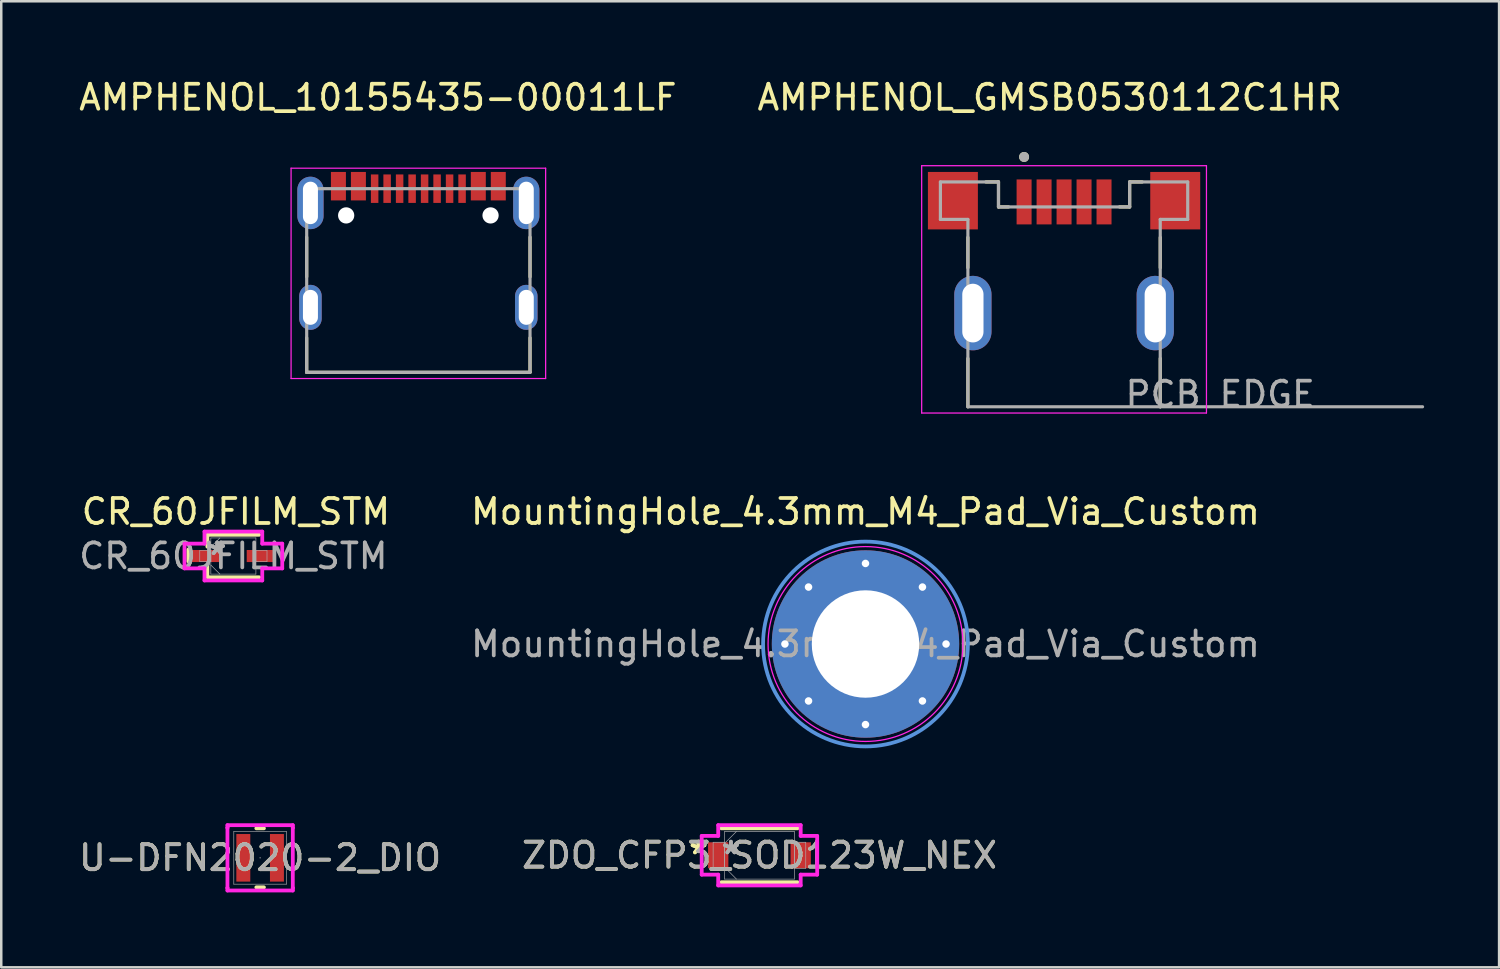
<source format=kicad_pcb>
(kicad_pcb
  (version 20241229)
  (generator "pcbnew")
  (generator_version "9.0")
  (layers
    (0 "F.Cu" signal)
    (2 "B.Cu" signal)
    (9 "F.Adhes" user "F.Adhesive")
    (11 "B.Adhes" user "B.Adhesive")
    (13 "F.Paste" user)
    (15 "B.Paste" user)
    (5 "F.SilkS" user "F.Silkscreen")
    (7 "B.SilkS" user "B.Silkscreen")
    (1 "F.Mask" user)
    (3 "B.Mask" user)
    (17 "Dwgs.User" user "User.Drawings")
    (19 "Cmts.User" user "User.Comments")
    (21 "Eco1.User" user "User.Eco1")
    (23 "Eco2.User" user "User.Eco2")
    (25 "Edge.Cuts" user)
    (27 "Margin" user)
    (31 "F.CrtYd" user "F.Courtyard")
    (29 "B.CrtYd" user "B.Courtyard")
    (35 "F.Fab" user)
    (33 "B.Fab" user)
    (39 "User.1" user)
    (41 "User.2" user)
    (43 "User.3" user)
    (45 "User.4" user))
  (footprint "AMPHENOL_10155435-00011LF"
    (layer "F.Cu")
    (at 13.697 9.253)
    (property "Reference" "AMPHENOL_10155435-00011LF" (at -1.62 -8.405 0) (layer "F.SilkS") (effects (font (size 1 1) (thickness 0.15))))
    (attr smd)
    (fp_line (start -4.47 -2.81) (end -4.47 -1.22) (stroke (width 0.127) (type solid)) (layer "F.SilkS"))
    (fp_line (start -4.47 2.6) (end -4.47 1.22) (stroke (width 0.127) (type solid)) (layer "F.SilkS"))
    (fp_line (start 4.47 -2.81) (end 4.47 -1.22) (stroke (width 0.127) (type solid)) (layer "F.SilkS"))
    (fp_line (start 4.47 2.6) (end -4.47 2.6) (stroke (width 0.127) (type solid)) (layer "F.SilkS"))
    (fp_line (start 4.47 2.6) (end 4.47 1.22) (stroke (width 0.127) (type solid)) (layer "F.SilkS"))
    (fp_line (start -5.095 -5.57) (end -5.095 2.85) (stroke (width 0.05) (type solid)) (layer "F.CrtYd"))
    (fp_line (start -5.095 2.85) (end 5.095 2.85) (stroke (width 0.05) (type solid)) (layer "F.CrtYd"))
    (fp_line (start 5.095 -5.57) (end -5.095 -5.57) (stroke (width 0.05) (type solid)) (layer "F.CrtYd"))
    (fp_line (start 5.095 2.85) (end 5.095 -5.57) (stroke (width 0.05) (type solid)) (layer "F.CrtYd"))
    (fp_line (start -4.47 -4.75) (end 4.47 -4.75) (stroke (width 0.127) (type solid)) (layer "F.Fab"))
    (fp_line (start -4.47 2.6) (end -4.47 -4.75) (stroke (width 0.127) (type solid)) (layer "F.Fab"))
    (fp_line (start 4.47 -4.75) (end 4.47 2.6) (stroke (width 0.127) (type solid)) (layer "F.Fab"))
    (fp_line (start 4.47 2.6) (end -4.47 2.6) (stroke (width 0.127) (type solid)) (layer "F.Fab"))
    (pad "" np_thru_hole circle (at -2.89 -3.68) (size 0.65 0.65) (drill 0.65) (layers "*.Cu" "*.Mask"))
    (pad "" np_thru_hole circle (at 2.89 -3.68) (size 0.65 0.65) (drill 0.65) (layers "*.Cu" "*.Mask"))
    (pad "A1_B12" smd rect (at -3.2 -4.85) (size 0.6 1.14) (layers "F.Cu" "F.Mask" "F.Paste"))
    (pad "A4_B9" smd rect (at -2.4 -4.85) (size 0.6 1.14) (layers "F.Cu" "F.Mask" "F.Paste"))
    (pad "A5" smd rect (at -1.25 -4.75) (size 0.3 1.14) (layers "F.Cu" "F.Mask" "F.Paste"))
    (pad "A6" smd rect (at -0.25 -4.75) (size 0.3 1.14) (layers "F.Cu" "F.Mask" "F.Paste"))
    (pad "A7" smd rect (at 0.25 -4.75) (size 0.3 1.14) (layers "F.Cu" "F.Mask" "F.Paste"))
    (pad "A8" smd rect (at 1.25 -4.75) (size 0.3 1.14) (layers "F.Cu" "F.Mask" "F.Paste"))
    (pad "B1_A12" smd rect (at 3.2 -4.85) (size 0.6 1.14) (layers "F.Cu" "F.Mask" "F.Paste"))
    (pad "B4_A9" smd rect (at 2.4 -4.85) (size 0.6 1.14) (layers "F.Cu" "F.Mask" "F.Paste"))
    (pad "B5" smd rect (at 1.75 -4.75) (size 0.3 1.14) (layers "F.Cu" "F.Mask" "F.Paste"))
    (pad "B6" smd rect (at 0.75 -4.75) (size 0.3 1.14) (layers "F.Cu" "F.Mask" "F.Paste"))
    (pad "B7" smd rect (at -0.75 -4.75) (size 0.3 1.14) (layers "F.Cu" "F.Mask" "F.Paste"))
    (pad "B8" smd rect (at -1.75 -4.75) (size 0.3 1.14) (layers "F.Cu" "F.Mask" "F.Paste"))
    (pad "SH1" thru_hole oval (at -4.32 -4.18) (size 1.05 2.1) (drill oval 0.6 1.7) (layers "*.Cu" "*.Mask"))
    (pad "SH2" thru_hole oval (at 4.32 -4.18) (size 1.05 2.1) (drill oval 0.6 1.7) (layers "*.Cu" "*.Mask"))
    (pad "SH3" thru_hole oval (at -4.32 0) (size 0.9 1.8) (drill oval 0.6 1.4) (layers "*.Cu" "*.Mask"))
    (pad "SH4" thru_hole oval (at 4.32 0) (size 0.9 1.8) (drill oval 0.6 1.4) (layers "*.Cu" "*.Mask")))
  (footprint "AMPHENOL_GMSB0530112C1HR"
    (layer "F.Cu")
    (at 39.545 9.483)
    (property "Reference" "AMPHENOL_GMSB0530112C1HR" (at -0.575 -8.635 0) (layer "F.SilkS") (effects (font (size 1 1) (thickness 0.15))))
    (attr smd)
    (fp_poly (pts (xy -1.95 -5.4) (xy -1.25 -5.4) (xy -1.25 -3.5) (xy -1.95 -3.5)) (stroke (width 0.01) (type solid)) (fill yes) (layer "F.Mask"))
    (fp_poly (pts (xy -1.15 -5.4) (xy -0.45 -5.4) (xy -0.45 -3.5) (xy -1.15 -3.5)) (stroke (width 0.01) (type solid)) (fill yes) (layer "F.Mask"))
    (fp_poly (pts (xy -0.35 -5.4) (xy 0.35 -5.4) (xy 0.35 -3.5) (xy -0.35 -3.5)) (stroke (width 0.01) (type solid)) (fill yes) (layer "F.Mask"))
    (fp_poly (pts (xy 0.45 -5.4) (xy 1.15 -5.4) (xy 1.15 -3.5) (xy 0.45 -3.5)) (stroke (width 0.01) (type solid)) (fill yes) (layer "F.Mask"))
    (fp_poly (pts (xy 1.25 -5.4) (xy 1.95 -5.4) (xy 1.95 -3.5) (xy 1.25 -3.5)) (stroke (width 0.01) (type solid)) (fill yes) (layer "F.Mask"))
    (fp_line (start -3.85 -3.03) (end -3.85 -1.815) (stroke (width 0.127) (type solid)) (layer "F.SilkS"))
    (fp_line (start -3.85 3.75) (end -3.85 1.815) (stroke (width 0.127) (type solid)) (layer "F.SilkS"))
    (fp_line (start -3.13 -5.25) (end -2.625 -5.25) (stroke (width 0.127) (type solid)) (layer "F.SilkS"))
    (fp_line (start -2.625 -5.25) (end -2.625 -4.25) (stroke (width 0.127) (type solid)) (layer "F.SilkS"))
    (fp_line (start -2.625 -4.25) (end -2.22 -4.25) (stroke (width 0.127) (type solid)) (layer "F.SilkS"))
    (fp_line (start 2.22 -4.25) (end 2.625 -4.25) (stroke (width 0.127) (type solid)) (layer "F.SilkS"))
    (fp_line (start 2.625 -5.25) (end 3.13 -5.25) (stroke (width 0.127) (type solid)) (layer "F.SilkS"))
    (fp_line (start 2.625 -4.25) (end 2.625 -5.25) (stroke (width 0.127) (type solid)) (layer "F.SilkS"))
    (fp_line (start 3.85 -3.03) (end 3.85 -1.815) (stroke (width 0.127) (type solid)) (layer "F.SilkS"))
    (fp_line (start 3.85 3.75) (end 3.85 1.815) (stroke (width 0.127) (type solid)) (layer "F.SilkS"))
    (fp_circle (center -1.6 -6.25) (end -1.5 -6.25) (stroke (width 0.2) (type solid)) (fill no) (layer "F.SilkS"))
    (fp_line (start -5.7 -5.9) (end -5.7 4) (stroke (width 0.05) (type solid)) (layer "F.CrtYd"))
    (fp_line (start -5.7 4) (end 5.7 4) (stroke (width 0.05) (type solid)) (layer "F.CrtYd"))
    (fp_line (start 5.7 -5.9) (end -5.7 -5.9) (stroke (width 0.05) (type solid)) (layer "F.CrtYd"))
    (fp_line (start 5.7 4) (end 5.7 -5.9) (stroke (width 0.05) (type solid)) (layer "F.CrtYd"))
    (fp_line (start -4.95 -5.25) (end -2.625 -5.25) (stroke (width 0.127) (type solid)) (layer "F.Fab"))
    (fp_line (start -4.95 -3.75) (end -4.95 -5.25) (stroke (width 0.127) (type solid)) (layer "F.Fab"))
    (fp_line (start -3.85 -3.75) (end -4.95 -3.75) (stroke (width 0.127) (type solid)) (layer "F.Fab"))
    (fp_line (start -3.85 3.75) (end -3.85 -3.75) (stroke (width 0.127) (type solid)) (layer "F.Fab"))
    (fp_line (start -2.625 -5.25) (end -2.625 -4.25) (stroke (width 0.127) (type solid)) (layer "F.Fab"))
    (fp_line (start -2.625 -4.25) (end 2.625 -4.25) (stroke (width 0.127) (type solid)) (layer "F.Fab"))
    (fp_line (start 2.625 -5.25) (end 4.95 -5.25) (stroke (width 0.127) (type solid)) (layer "F.Fab"))
    (fp_line (start 2.625 -4.25) (end 2.625 -5.25) (stroke (width 0.127) (type solid)) (layer "F.Fab"))
    (fp_line (start 3.85 -3.75) (end 3.85 3.75) (stroke (width 0.127) (type solid)) (layer "F.Fab"))
    (fp_line (start 3.85 3.75) (end -3.85 3.75) (stroke (width 0.127) (type solid)) (layer "F.Fab"))
    (fp_line (start 4.95 -5.25) (end 4.95 -3.75) (stroke (width 0.127) (type solid)) (layer "F.Fab"))
    (fp_line (start 4.95 -3.75) (end 3.85 -3.75) (stroke (width 0.127) (type solid)) (layer "F.Fab"))
    (fp_line (start 14.35 3.75) (end 3.85 3.75) (stroke (width 0.127) (type solid)) (layer "F.Fab"))
    (fp_circle (center -1.6 -6.25) (end -1.5 -6.25) (stroke (width 0.2) (type solid)) (fill no) (layer "F.Fab"))
    (fp_text user "PCB EDGE" (at 6.25 3.25 0) (layer "F.Fab") (effects (font (size 1 1) (thickness 0.15))))
    (pad "1" smd rect (at -1.6 -4.45) (size 0.6 1.8) (layers "F.Cu" "F.Paste"))
    (pad "2" smd rect (at -0.8 -4.45) (size 0.6 1.8) (layers "F.Cu" "F.Paste"))
    (pad "3" smd rect (at 0 -4.45) (size 0.6 1.8) (layers "F.Cu" "F.Paste"))
    (pad "4" smd rect (at 0.8 -4.45) (size 0.6 1.8) (layers "F.Cu" "F.Paste"))
    (pad "5" smd rect (at 1.6 -4.45) (size 0.6 1.8) (layers "F.Cu" "F.Paste"))
    (pad "SH1" smd rect (at -4.45 -4.5) (size 2 2.3) (layers "F.Cu" "F.Mask" "F.Paste"))
    (pad "SH2" smd rect (at 4.45 -4.5) (size 2 2.3) (layers "F.Cu" "F.Mask" "F.Paste"))
    (pad "SH3" thru_hole oval (at -3.65 0) (size 1.49 2.98) (drill oval 0.85 2.35) (layers "*.Cu" "*.Mask"))
    (pad "SH4" thru_hole oval (at 3.65 0) (size 1.49 2.98) (drill oval 0.85 2.35) (layers "*.Cu" "*.Mask")))
  (footprint "ZDO_CFP3_SOD123W_NEX"
    (layer "F.Cu")
    (at 27.351 31.187)
    (property "Reference" "ZDO_CFP3_SOD123W_NEX" (at 0 0 0) (unlocked yes) (layer "F.SilkS") (effects (font (size 1 1) (thickness 0.15))))
    (attr smd)
    (fp_line (start -1.524 1.079) (end 1.524 1.079) (stroke (width 0.152) (type solid)) (layer "F.SilkS"))
    (fp_line (start 1.524 -1.079) (end -1.524 -1.079) (stroke (width 0.152) (type solid)) (layer "F.SilkS"))
    (fp_line (start -2.311 -0.775) (end -1.651 -0.775) (stroke (width 0.152) (type solid)) (layer "F.CrtYd"))
    (fp_line (start -2.311 0.775) (end -2.311 -0.775) (stroke (width 0.152) (type solid)) (layer "F.CrtYd"))
    (fp_line (start -1.651 -1.206) (end 1.651 -1.206) (stroke (width 0.152) (type solid)) (layer "F.CrtYd"))
    (fp_line (start -1.651 -0.775) (end -1.651 -1.206) (stroke (width 0.152) (type solid)) (layer "F.CrtYd"))
    (fp_line (start -1.651 0.775) (end -2.311 0.775) (stroke (width 0.152) (type solid)) (layer "F.CrtYd"))
    (fp_line (start -1.651 1.206) (end -1.651 0.775) (stroke (width 0.152) (type solid)) (layer "F.CrtYd"))
    (fp_line (start 1.651 -1.206) (end 1.651 -0.775) (stroke (width 0.152) (type solid)) (layer "F.CrtYd"))
    (fp_line (start 1.651 -0.775) (end 2.311 -0.775) (stroke (width 0.152) (type solid)) (layer "F.CrtYd"))
    (fp_line (start 1.651 0.775) (end 1.651 1.206) (stroke (width 0.152) (type solid)) (layer "F.CrtYd"))
    (fp_line (start 1.651 1.206) (end -1.651 1.206) (stroke (width 0.152) (type solid)) (layer "F.CrtYd"))
    (fp_line (start 2.311 -0.775) (end 2.311 0.775) (stroke (width 0.152) (type solid)) (layer "F.CrtYd"))
    (fp_line (start 2.311 0.775) (end 1.651 0.775) (stroke (width 0.152) (type solid)) (layer "F.CrtYd"))
    (fp_line (start -1.854 -0.521) (end -1.854 0.521) (stroke (width 0.025) (type solid)) (layer "F.Fab"))
    (fp_line (start -1.854 0.521) (end -1.397 0.521) (stroke (width 0.025) (type solid)) (layer "F.Fab"))
    (fp_line (start -1.397 -0.953) (end -1.397 0.953) (stroke (width 0.025) (type solid)) (layer "F.Fab"))
    (fp_line (start -1.397 -0.521) (end -1.854 -0.521) (stroke (width 0.025) (type solid)) (layer "F.Fab"))
    (fp_line (start -1.397 -0.476) (end -0.921 -0.953) (stroke (width 0.025) (type solid)) (layer "F.Fab"))
    (fp_line (start -1.397 0.476) (end -0.921 0.953) (stroke (width 0.025) (type solid)) (layer "F.Fab"))
    (fp_line (start -1.397 0.521) (end -1.397 -0.521) (stroke (width 0.025) (type solid)) (layer "F.Fab"))
    (fp_line (start -1.397 0.953) (end 1.397 0.953) (stroke (width 0.025) (type solid)) (layer "F.Fab"))
    (fp_line (start 1.397 -0.953) (end -1.397 -0.953) (stroke (width 0.025) (type solid)) (layer "F.Fab"))
    (fp_line (start 1.397 -0.521) (end 1.397 0.521) (stroke (width 0.025) (type solid)) (layer "F.Fab"))
    (fp_line (start 1.397 0.521) (end 1.854 0.521) (stroke (width 0.025) (type solid)) (layer "F.Fab"))
    (fp_line (start 1.397 0.953) (end 1.397 -0.953) (stroke (width 0.025) (type solid)) (layer "F.Fab"))
    (fp_line (start 1.854 -0.521) (end 1.397 -0.521) (stroke (width 0.025) (type solid)) (layer "F.Fab"))
    (fp_line (start 1.854 0.521) (end 1.854 -0.521) (stroke (width 0.025) (type solid)) (layer "F.Fab"))
    (fp_text user "*" (at -2.438 0 0) (unlocked yes) (layer "F.SilkS") (effects (font (size 1 1) (thickness 0.15))))
    (fp_text user "*" (at -2.438 0 0) (layer "F.SilkS") (effects (font (size 1 1) (thickness 0.15))))
    (fp_text user "*" (at -1.143 0 0) (layer "F.Fab") (effects (font (size 1 1) (thickness 0.15))))
    (fp_text user "${REFERENCE}" (at 0 0 0) (unlocked yes) (layer "F.Fab") (effects (font (size 1 1) (thickness 0.15))))
    (fp_text user "*" (at -1.143 0 0) (unlocked yes) (layer "F.Fab") (effects (font (size 1 1) (thickness 0.15))))
    (pad "1" smd rect (at -1.651 0) (size 0.813 1.041) (layers "F.Cu" "F.Mask" "F.Paste"))
    (pad "2" smd rect (at 1.651 0) (size 0.813 1.041) (layers "F.Cu" "F.Mask" "F.Paste"))
    (zone (net_name "") (layer "F.Cu") (hatch full 0.508) (connect_pads) (min_thickness 0.254) (filled_areas_thickness no) (keepout (tracks not_allowed) (vias not_allowed) (pads allowed) (copperpour not_allowed) (footprints allowed)) (placement (enabled no)) (fill) (polygon (pts (xy 26.157 30.286) (xy 28.545 30.286) (xy 28.545 32.089) (xy 26.157 32.089)))))
  (footprint "CR_60JFILM_STM"
    (layer "F.Cu")
    (at 6.292 19.208)
    (property "Reference" "CR_60JFILM_STM" (at 0.102 -1.778 0) (unlocked yes) (layer "F.SilkS") (effects (font (size 1 1) (thickness 0.15))))
    (attr smd)
    (fp_line (start -1.803 0.21) (end -1.803 -0.26) (stroke (width 0.152) (type solid)) (layer "F.SilkS"))
    (fp_line (start -1.041 -0.375) (end -1.041 -0.845) (stroke (width 0.152) (type solid)) (layer "F.SilkS"))
    (fp_line (start -1.041 0.819) (end -1.041 0.349) (stroke (width 0.152) (type solid)) (layer "F.SilkS"))
    (fp_line (start -1.029 0.851) (end 1.029 0.851) (stroke (width 0.152) (type solid)) (layer "F.SilkS"))
    (fp_line (start 1.029 -0.851) (end -1.029 -0.851) (stroke (width 0.152) (type solid)) (layer "F.SilkS"))
    (fp_line (start -1.956 -0.495) (end -1.156 -0.495) (stroke (width 0.152) (type solid)) (layer "F.CrtYd"))
    (fp_line (start -1.956 0.495) (end -1.956 -0.495) (stroke (width 0.152) (type solid)) (layer "F.CrtYd"))
    (fp_line (start -1.156 -0.978) (end 1.156 -0.978) (stroke (width 0.152) (type solid)) (layer "F.CrtYd"))
    (fp_line (start -1.156 -0.495) (end -1.156 -0.978) (stroke (width 0.152) (type solid)) (layer "F.CrtYd"))
    (fp_line (start -1.156 0.495) (end -1.956 0.495) (stroke (width 0.152) (type solid)) (layer "F.CrtYd"))
    (fp_line (start -1.156 0.978) (end -1.156 0.495) (stroke (width 0.152) (type solid)) (layer "F.CrtYd"))
    (fp_line (start 1.156 -0.978) (end 1.156 -0.495) (stroke (width 0.152) (type solid)) (layer "F.CrtYd"))
    (fp_line (start 1.156 -0.495) (end 1.956 -0.495) (stroke (width 0.152) (type solid)) (layer "F.CrtYd"))
    (fp_line (start 1.156 0.495) (end 1.156 0.978) (stroke (width 0.152) (type solid)) (layer "F.CrtYd"))
    (fp_line (start 1.156 0.978) (end -1.156 0.978) (stroke (width 0.152) (type solid)) (layer "F.CrtYd"))
    (fp_line (start 1.956 -0.495) (end 1.956 0.495) (stroke (width 0.152) (type solid)) (layer "F.CrtYd"))
    (fp_line (start 1.956 0.495) (end 1.156 0.495) (stroke (width 0.152) (type solid)) (layer "F.CrtYd"))
    (fp_line (start -1.346 -0.216) (end -1.346 0.216) (stroke (width 0.025) (type solid)) (layer "F.Fab"))
    (fp_line (start -1.346 0.216) (end -0.902 0.216) (stroke (width 0.025) (type solid)) (layer "F.Fab"))
    (fp_line (start -0.902 -0.724) (end -0.902 0.724) (stroke (width 0.025) (type solid)) (layer "F.Fab"))
    (fp_line (start -0.902 -0.362) (end -0.54 -0.724) (stroke (width 0.025) (type solid)) (layer "F.Fab"))
    (fp_line (start -0.902 -0.216) (end -1.346 -0.216) (stroke (width 0.025) (type solid)) (layer "F.Fab"))
    (fp_line (start -0.902 0.216) (end -0.902 -0.216) (stroke (width 0.025) (type solid)) (layer "F.Fab"))
    (fp_line (start -0.902 0.362) (end -0.54 0.724) (stroke (width 0.025) (type solid)) (layer "F.Fab"))
    (fp_line (start -0.902 0.724) (end 0.902 0.724) (stroke (width 0.025) (type solid)) (layer "F.Fab"))
    (fp_line (start 0.902 -0.724) (end -0.902 -0.724) (stroke (width 0.025) (type solid)) (layer "F.Fab"))
    (fp_line (start 0.902 -0.216) (end 0.902 0.216) (stroke (width 0.025) (type solid)) (layer "F.Fab"))
    (fp_line (start 0.902 0.216) (end 1.346 0.216) (stroke (width 0.025) (type solid)) (layer "F.Fab"))
    (fp_line (start 0.902 0.724) (end 0.902 -0.724) (stroke (width 0.025) (type solid)) (layer "F.Fab"))
    (fp_line (start 1.346 -0.216) (end 0.902 -0.216) (stroke (width 0.025) (type solid)) (layer "F.Fab"))
    (fp_line (start 1.346 0.216) (end 1.346 -0.216) (stroke (width 0.025) (type solid)) (layer "F.Fab"))
    (fp_text user "*" (at -0.648 0 0) (layer "F.Fab") (effects (font (size 1 1) (thickness 0.15))))
    (fp_text user "${REFERENCE}" (at 0 0 0) (unlocked yes) (layer "F.Fab") (effects (font (size 1 1) (thickness 0.15))))
    (fp_text user "*" (at -0.648 0 0) (unlocked yes) (layer "F.Fab") (effects (font (size 1 1) (thickness 0.15))))
    (pad "1" smd rect (at -1.118 0) (size 1.168 0.483) (layers "F.Cu" "F.Mask" "F.Paste"))
    (pad "2" smd rect (at 1.118 0) (size 1.168 0.483) (layers "F.Cu" "F.Mask" "F.Paste")))
  (footprint "U-DFN2020-2_DIO"
    (layer "F.Cu")
    (at 7.363 31.289)
    (property "Reference" "U-DFN2020-2_DIO" (at 0 0 0) (unlocked yes) (layer "F.SilkS") (effects (font (size 1 1) (thickness 0.15))))
    (attr smd)
    (fp_line (start -0.152 1.181) (end 0.152 1.181) (stroke (width 0.152) (type solid)) (layer "F.SilkS"))
    (fp_line (start 0.152 -1.181) (end -0.152 -1.181) (stroke (width 0.152) (type solid)) (layer "F.SilkS"))
    (fp_line (start -1.308 -1.308) (end 1.308 -1.308) (stroke (width 0.152) (type solid)) (layer "F.CrtYd"))
    (fp_line (start -1.308 -1.206) (end -1.308 -1.308) (stroke (width 0.152) (type solid)) (layer "F.CrtYd"))
    (fp_line (start -1.308 -1.206) (end -1.308 -1.206) (stroke (width 0.152) (type solid)) (layer "F.CrtYd"))
    (fp_line (start -1.308 1.206) (end -1.308 -1.206) (stroke (width 0.152) (type solid)) (layer "F.CrtYd"))
    (fp_line (start -1.308 1.206) (end -1.308 1.206) (stroke (width 0.152) (type solid)) (layer "F.CrtYd"))
    (fp_line (start -1.308 1.308) (end -1.308 1.206) (stroke (width 0.152) (type solid)) (layer "F.CrtYd"))
    (fp_line (start 1.308 -1.308) (end 1.308 -1.206) (stroke (width 0.152) (type solid)) (layer "F.CrtYd"))
    (fp_line (start 1.308 -1.206) (end 1.308 -1.206) (stroke (width 0.152) (type solid)) (layer "F.CrtYd"))
    (fp_line (start 1.308 -1.206) (end 1.308 1.206) (stroke (width 0.152) (type solid)) (layer "F.CrtYd"))
    (fp_line (start 1.308 1.206) (end 1.308 1.206) (stroke (width 0.152) (type solid)) (layer "F.CrtYd"))
    (fp_line (start 1.308 1.206) (end 1.308 1.308) (stroke (width 0.152) (type solid)) (layer "F.CrtYd"))
    (fp_line (start 1.308 1.308) (end -1.308 1.308) (stroke (width 0.152) (type solid)) (layer "F.CrtYd"))
    (fp_line (start -1.054 -1.054) (end -1.054 1.054) (stroke (width 0.025) (type solid)) (layer "F.Fab"))
    (fp_line (start -1.054 1.054) (end 1.054 1.054) (stroke (width 0.025) (type solid)) (layer "F.Fab"))
    (fp_line (start 1.054 -1.054) (end -1.054 -1.054) (stroke (width 0.025) (type solid)) (layer "F.Fab"))
    (fp_line (start 1.054 1.054) (end 1.054 -1.054) (stroke (width 0.025) (type solid)) (layer "F.Fab"))
    (fp_circle (center 0 0) (end 0 0) (stroke (width 0.025) (type solid)) (fill no) (layer "F.Fab"))
    (fp_text user "${REFERENCE}" (at 0 0 0) (unlocked yes) (layer "F.Fab") (effects (font (size 1 1) (thickness 0.15))))
    (pad "1" smd rect (at -0.673 0) (size 0.559 1.905) (layers "F.Cu" "F.Mask" "F.Paste"))
    (pad "2" smd rect (at 0.673 0) (size 0.559 1.905) (layers "F.Cu" "F.Mask" "F.Paste")))
  (footprint "MountingHole_4.3mm_M4_Pad_Via_Custom"
    (layer "F.Cu")
    (at 31.596 22.73)
    (property "Reference" "MountingHole_4.3mm_M4_Pad_Via_Custom" (at 0 -5.3 0) (layer "F.SilkS") (effects (font (size 1 1) (thickness 0.15))))
    (attr exclude_from_pos_files exclude_from_bom)
    (fp_circle (center 0 0) (end 4.1 0) (stroke (width 0.15) (type solid)) (fill no) (layer "Cmts.User"))
    (fp_circle (center 0 0) (end 3.9 0) (stroke (width 0.05) (type solid)) (fill no) (layer "F.CrtYd"))
    (fp_text user "${REFERENCE}" (at 0 0 0) (layer "F.Fab") (effects (font (size 1 1) (thickness 0.15))))
    (pad "1" thru_hole circle (at -3.225 0) (size 0.6 0.6) (drill 0.3) (layers "*.Cu" "*.Mask"))
    (pad "1" thru_hole circle (at -2.28 -2.28) (size 0.6 0.6) (drill 0.3) (layers "*.Cu" "*.Mask"))
    (pad "1" thru_hole circle (at -2.28 2.28) (size 0.6 0.6) (drill 0.3) (layers "*.Cu" "*.Mask"))
    (pad "1" thru_hole circle (at 0 -3.225) (size 0.6 0.6) (drill 0.3) (layers "*.Cu" "*.Mask"))
    (pad "1" thru_hole circle (at 0 0) (size 7.5 7.5) (drill 4.3) (layers "*.Cu" "*.Mask"))
    (pad "1" thru_hole circle (at 0 3.225) (size 0.6 0.6) (drill 0.3) (layers "*.Cu" "*.Mask"))
    (pad "1" thru_hole circle (at 2.28 -2.28) (size 0.6 0.6) (drill 0.3) (layers "*.Cu" "*.Mask"))
    (pad "1" thru_hole circle (at 2.28 2.28) (size 0.6 0.6) (drill 0.3) (layers "*.Cu" "*.Mask"))
    (pad "1" thru_hole circle (at 3.225 0) (size 0.6 0.6) (drill 0.3) (layers "*.Cu" "*.Mask")))
  (gr_rect
    (start -3 -3)
    (end 56.959 35.673)
    (stroke (width 0.1) (type default))
    (fill no)
    (layer "Edge.Cuts")))
</source>
